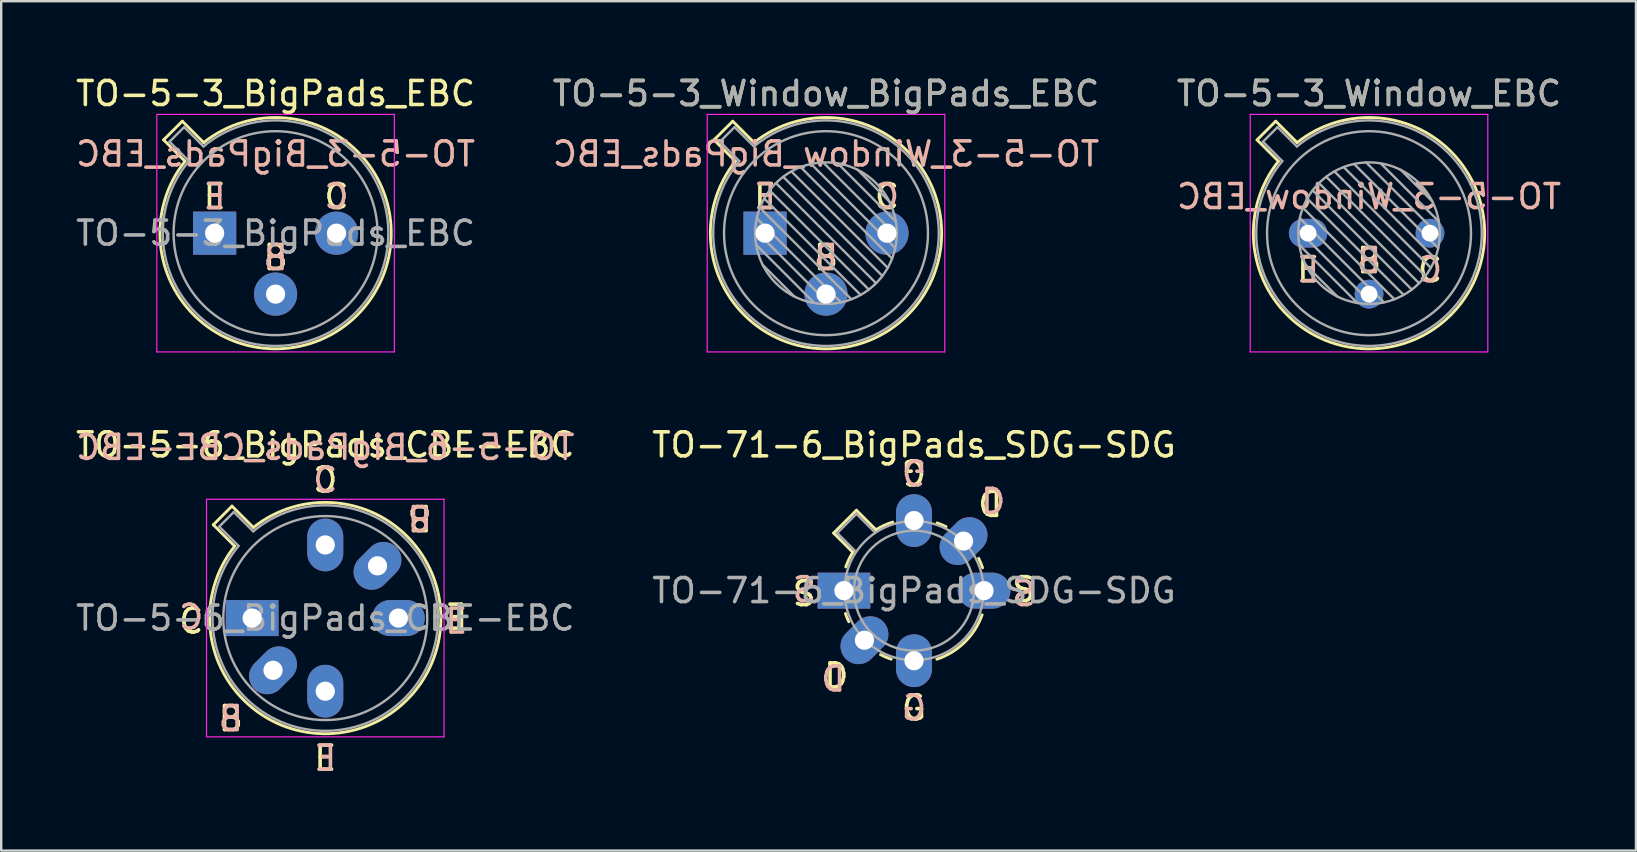
<source format=kicad_pcb>
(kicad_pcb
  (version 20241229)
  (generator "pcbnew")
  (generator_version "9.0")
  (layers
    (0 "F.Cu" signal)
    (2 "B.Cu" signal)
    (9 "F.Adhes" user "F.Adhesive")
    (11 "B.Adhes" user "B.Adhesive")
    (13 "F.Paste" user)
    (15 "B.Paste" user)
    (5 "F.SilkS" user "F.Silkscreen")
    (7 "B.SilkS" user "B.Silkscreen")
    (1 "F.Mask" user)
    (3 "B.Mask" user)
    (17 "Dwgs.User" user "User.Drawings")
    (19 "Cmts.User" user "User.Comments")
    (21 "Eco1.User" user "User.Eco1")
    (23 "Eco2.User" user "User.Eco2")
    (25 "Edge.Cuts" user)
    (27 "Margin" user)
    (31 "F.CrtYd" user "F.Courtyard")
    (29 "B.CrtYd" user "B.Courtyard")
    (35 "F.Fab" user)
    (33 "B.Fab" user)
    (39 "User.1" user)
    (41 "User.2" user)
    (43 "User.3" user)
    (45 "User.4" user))
  (footprint "TO-5-6_BigPads_CBE-EBC"
    (layer "F.Cu")
    (at 7.458 22.709)
    (property "Reference" "TO-5-6_BigPads_CBE-EBC" (at 3.048 -7.217 0) (layer "F.SilkS") (effects (font (size 1 1) (thickness 0.15))))
    (attr through_hole)
    (fp_line (start -1.618 -3.888) (end -0.727 -2.997) (stroke (width 0.12) (type solid)) (layer "F.SilkS"))
    (fp_line (start -0.84 -4.666) (end -1.618 -3.888) (stroke (width 0.12) (type solid)) (layer "F.SilkS"))
    (fp_line (start 0.051 -3.775) (end -0.84 -4.666) (stroke (width 0.12) (type solid)) (layer "F.SilkS"))
    (fp_arc (start 0.050916 -3.774902) (mid 6.456125 3.408384) (end -0.726674 -2.997371) (stroke (width 0.12) (type solid)) (layer "F.SilkS"))
    (fp_line (start -1.902 -4.95) (end -1.902 4.95) (stroke (width 0.05) (type solid)) (layer "F.CrtYd"))
    (fp_line (start -1.902 4.95) (end 7.998 4.95) (stroke (width 0.05) (type solid)) (layer "F.CrtYd"))
    (fp_line (start 7.998 -4.95) (end -1.902 -4.95) (stroke (width 0.05) (type solid)) (layer "F.CrtYd"))
    (fp_line (start 7.998 4.95) (end 7.998 -4.95) (stroke (width 0.05) (type solid)) (layer "F.CrtYd"))
    (fp_line (start -1.372 -3.812) (end -0.566 -3.005) (stroke (width 0.1) (type solid)) (layer "F.Fab"))
    (fp_line (start -0.764 -4.42) (end -1.372 -3.812) (stroke (width 0.1) (type solid)) (layer "F.Fab"))
    (fp_line (start 0.043 -3.614) (end -0.764 -4.42) (stroke (width 0.1) (type solid)) (layer "F.Fab"))
    (fp_arc (start 0.042592 -3.61352) (mid 6.371443 3.323361) (end -0.565594 -3.005319) (stroke (width 0.1) (type solid)) (layer "F.Fab"))
    (fp_circle (center 3.048 0) (end 7.298 0) (stroke (width 0.1) (type solid)) (fill no) (layer "F.Fab"))
    (fp_text user "E" (at 8.509 -0.127 180) (unlocked yes) (layer "F.SilkS") (effects (font (size 1 1) (thickness 0.15))))
    (fp_text user "E" (at 3.048 5.842 0) (unlocked yes) (layer "F.SilkS") (effects (font (size 1 1) (thickness 0.15))))
    (fp_text user "C" (at 3.048 -5.842 180) (unlocked yes) (layer "F.SilkS") (effects (font (size 1 1) (thickness 0.15))))
    (fp_text user "B" (at 6.985 -4.191 180) (unlocked yes) (layer "F.SilkS") (effects (font (size 1 1) (thickness 0.15))))
    (fp_text user "B" (at -0.889 4.191 0) (unlocked yes) (layer "F.SilkS") (effects (font (size 1 1) (thickness 0.15))))
    (fp_text user "C" (at -2.54 0.127 0) (unlocked yes) (layer "F.SilkS") (effects (font (size 1 1) (thickness 0.15))))
    (fp_text user "E" (at 8.509 0.127 0) (unlocked yes) (layer "B.SilkS") (effects (font (size 1 1) (thickness 0.15))))
    (fp_text user "E" (at 3.048 5.842 0) (unlocked yes) (layer "B.SilkS") (effects (font (size 1 1) (thickness 0.15)) (justify mirror)))
    (fp_text user "C" (at 3.048 -5.842 180) (unlocked yes) (layer "B.SilkS") (effects (font (size 1 1) (thickness 0.15)) (justify mirror)))
    (fp_text user "C" (at -2.54 -0.127 180) (unlocked yes) (layer "B.SilkS") (effects (font (size 1 1) (thickness 0.15))))
    (fp_text user "B" (at -0.889 4.191 0) (unlocked yes) (layer "B.SilkS") (effects (font (size 1 1) (thickness 0.15)) (justify mirror)))
    (fp_text user "${REFERENCE}" (at 3.048 -7.112 0) (layer "B.SilkS") (effects (font (size 1 1) (thickness 0.15)) (justify mirror)))
    (fp_text user "B" (at 6.985 -4.191 180) (unlocked yes) (layer "B.SilkS") (effects (font (size 1 1) (thickness 0.15)) (justify mirror)))
    (fp_text user "${REFERENCE}" (at 3.048 0 0) (layer "F.Fab") (effects (font (size 1 1) (thickness 0.15))))
    (pad "1" thru_hole rect (at 0 0) (size 2.2 1.5) (drill 0.8) (layers "*.Cu" "*.Mask"))
    (pad "2" thru_hole oval (at 0.871 2.177 45) (size 2.2 1.5) (drill 0.8) (layers "*.Cu" "*.Mask"))
    (pad "3" thru_hole oval (at 3.048 3.048) (size 1.5 2.2) (drill 0.8) (layers "*.Cu" "*.Mask"))
    (pad "4" thru_hole oval (at 6.096 0) (size 2.2 1.5) (drill 0.8) (layers "*.Cu" "*.Mask"))
    (pad "5" thru_hole oval (at 5.225 -2.177 45) (size 2.2 1.5) (drill 0.8) (layers "*.Cu" "*.Mask"))
    (pad "6" thru_hole oval (at 3.048 -3.048) (size 1.5 2.2) (drill 0.8) (layers "*.Cu" "*.Mask")))
  (footprint "TO-5-3_Window_BigPads_EBC"
    (layer "F.Cu")
    (at 28.835 6.668)
    (property "Reference" "TO-5-3_Window_BigPads_EBC" (at 2.54 -5.82 0) (layer "F.SilkS") (effects (font (size 1 1) (thickness 0.15))))
    (attr through_hole)
    (fp_line (start -2.126 -3.888) (end -1.235 -2.997) (stroke (width 0.12) (type solid)) (layer "F.SilkS"))
    (fp_line (start -1.348 -4.666) (end -2.126 -3.888) (stroke (width 0.12) (type solid)) (layer "F.SilkS"))
    (fp_line (start -0.457 -3.775) (end -1.348 -4.666) (stroke (width 0.12) (type solid)) (layer "F.SilkS"))
    (fp_arc (start -0.457084 -3.774902) (mid 5.948125 3.408384) (end -1.234674 -2.997371) (stroke (width 0.12) (type solid)) (layer "F.SilkS"))
    (fp_line (start -2.41 -4.95) (end -2.41 4.95) (stroke (width 0.05) (type solid)) (layer "F.CrtYd"))
    (fp_line (start -2.41 4.95) (end 7.49 4.95) (stroke (width 0.05) (type solid)) (layer "F.CrtYd"))
    (fp_line (start 7.49 -4.95) (end -2.41 -4.95) (stroke (width 0.05) (type solid)) (layer "F.CrtYd"))
    (fp_line (start 7.49 4.95) (end 7.49 -4.95) (stroke (width 0.05) (type solid)) (layer "F.CrtYd"))
    (fp_line (start -1.88 -3.812) (end -1.074 -3.005) (stroke (width 0.1) (type solid)) (layer "F.Fab"))
    (fp_line (start -1.272 -4.42) (end -1.88 -3.812) (stroke (width 0.1) (type solid)) (layer "F.Fab"))
    (fp_line (start -0.465 -3.614) (end -1.272 -4.42) (stroke (width 0.1) (type solid)) (layer "F.Fab"))
    (fp_line (start -0.408 -0.12) (end 2.66 2.948) (stroke (width 0.1) (type solid)) (layer "F.Fab"))
    (fp_line (start -0.371 0.485) (end 2.055 2.911) (stroke (width 0.1) (type solid)) (layer "F.Fab"))
    (fp_line (start -0.344 -0.622) (end 3.162 2.884) (stroke (width 0.1) (type solid)) (layer "F.Fab"))
    (fp_line (start -0.215 -1.058) (end 3.598 2.755) (stroke (width 0.1) (type solid)) (layer "F.Fab"))
    (fp_line (start -0.097 1.324) (end 1.216 2.637) (stroke (width 0.1) (type solid)) (layer "F.Fab"))
    (fp_line (start -0.034 -1.443) (end 3.983 2.574) (stroke (width 0.1) (type solid)) (layer "F.Fab"))
    (fp_line (start 0.19 -1.784) (end 4.324 2.35) (stroke (width 0.1) (type solid)) (layer "F.Fab"))
    (fp_line (start 0.454 -2.086) (end 4.626 2.086) (stroke (width 0.1) (type solid)) (layer "F.Fab"))
    (fp_line (start 0.756 -2.35) (end 4.89 1.784) (stroke (width 0.1) (type solid)) (layer "F.Fab"))
    (fp_line (start 1.097 -2.574) (end 5.114 1.443) (stroke (width 0.1) (type solid)) (layer "F.Fab"))
    (fp_line (start 1.482 -2.755) (end 5.295 1.058) (stroke (width 0.1) (type solid)) (layer "F.Fab"))
    (fp_line (start 1.918 -2.884) (end 5.424 0.622) (stroke (width 0.1) (type solid)) (layer "F.Fab"))
    (fp_line (start 2.42 -2.948) (end 5.488 0.12) (stroke (width 0.1) (type solid)) (layer "F.Fab"))
    (fp_line (start 3.025 -2.911) (end 5.451 -0.485) (stroke (width 0.1) (type solid)) (layer "F.Fab"))
    (fp_line (start 3.864 -2.637) (end 5.177 -1.324) (stroke (width 0.1) (type solid)) (layer "F.Fab"))
    (fp_arc (start -0.465408 -3.61352) (mid 5.863443 3.323361) (end -1.073594 -3.005319) (stroke (width 0.1) (type solid)) (layer "F.Fab"))
    (fp_circle (center 2.54 0) (end 5.49 0) (stroke (width 0.1) (type solid)) (fill no) (layer "F.Fab"))
    (fp_circle (center 2.54 0) (end 6.79 0) (stroke (width 0.1) (type solid)) (fill no) (layer "F.Fab"))
    (fp_text user "E" (at 0 -1.524 0) (unlocked yes) (layer "F.SilkS") (effects (font (size 1 1) (thickness 0.15))))
    (fp_text user "C" (at 5.08 -1.524 0) (unlocked yes) (layer "F.SilkS") (effects (font (size 1 1) (thickness 0.15))))
    (fp_text user "B" (at 2.54 1.016 0) (unlocked yes) (layer "F.SilkS") (effects (font (size 1 1) (thickness 0.15))))
    (fp_text user "${REFERENCE}" (at 2.54 -3.302 0) (layer "B.SilkS") (effects (font (size 1 1) (thickness 0.15)) (justify mirror)))
    (fp_text user "C" (at 5.08 -1.524 0) (unlocked yes) (layer "B.SilkS") (effects (font (size 1 1) (thickness 0.15)) (justify mirror)))
    (fp_text user "E" (at 0 -1.524 0) (unlocked yes) (layer "B.SilkS") (effects (font (size 1 1) (thickness 0.15)) (justify mirror)))
    (fp_text user "B" (at 2.54 1.016 0) (unlocked yes) (layer "B.SilkS") (effects (font (size 1 1) (thickness 0.15)) (justify mirror)))
    (fp_text user "${REFERENCE}" (at 2.54 -5.82 0) (layer "F.Fab") (effects (font (size 1 1) (thickness 0.15))))
    (pad "1" thru_hole rect (at 0 0) (size 1.8 1.8) (drill 0.8) (layers "*.Cu" "*.Mask"))
    (pad "2" thru_hole oval (at 2.54 2.54) (size 1.8 1.8) (drill 0.8) (layers "*.Cu" "*.Mask"))
    (pad "3" thru_hole oval (at 5.08 0) (size 1.8 1.8) (drill 0.8) (layers "*.Cu" "*.Mask")))
  (footprint "TO-71-6_BigPads_SDG-SDG"
    (layer "F.Cu")
    (at 32.122 21.566)
    (property "Reference" "TO-71-6_BigPads_SDG-SDG" (at 2.92 -6.074 0) (layer "F.SilkS") (effects (font (size 1 1) (thickness 0.15))))
    (attr through_hole)
    (fp_line (start -0.429 -2.4) (end 0.371 -1.6) (stroke (width 0.12) (type default)) (layer "F.SilkS"))
    (fp_line (start 0.521 -3.35) (end -0.429 -2.4) (stroke (width 0.12) (type default)) (layer "F.SilkS"))
    (fp_line (start 1.321 -2.55) (end 0.521 -3.35) (stroke (width 0.12) (type default)) (layer "F.SilkS"))
    (fp_arc (start 0.07769 -0.988978) (mid 0.207095 -1.30277) (end 0.371002 -1.6) (stroke (width 0.12) (type default)) (layer "F.SilkS"))
    (fp_arc (start 0.201522 1.29499) (mid 0.127255 1.125863) (end 0.0635 0.9525) (stroke (width 0.12) (type default)) (layer "F.SilkS"))
    (fp_arc (start 1.330462 -2.534919) (mid 1.670783 -2.718931) (end 2.032 -2.8575) (stroke (width 0.12) (type default)) (layer "F.SilkS"))
    (fp_arc (start 1.968924 2.856229) (mid 1.742659 2.770556) (end 1.524 2.667) (stroke (width 0.12) (type default)) (layer "F.SilkS"))
    (fp_arc (start 3.883148 -2.8223) (mid 4.071449 -2.750926) (end 4.2545 -2.666999) (stroke (width 0.12) (type default)) (layer "F.SilkS"))
    (fp_arc (start 5.615076 -1.347038) (mid 5.703786 -1.152668) (end 5.7785 -0.9525) (stroke (width 0.12) (type default)) (layer "F.SilkS"))
    (fp_arc (start 5.759016 1.009072) (mid 5.029595 2.150904) (end 3.8735 2.8575) (stroke (width 0.12) (type default)) (layer "F.SilkS"))
    (fp_line (start -0.279 -2.4) (end 0.496 -1.625) (stroke (width 0.1) (type default)) (layer "F.Fab"))
    (fp_line (start -0.279 -2.4) (end 0.521 -3.2) (stroke (width 0.1) (type default)) (layer "F.Fab"))
    (fp_line (start 0.521 -3.2) (end 1.296 -2.425) (stroke (width 0.1) (type default)) (layer "F.Fab"))
    (fp_circle (center 2.921 0) (end 5.421 0) (stroke (width 0.1) (type default)) (fill no) (layer "F.Fab"))
    (fp_circle (center 2.921 0) (end 5.821 0) (stroke (width 0.1) (type default)) (fill no) (layer "F.Fab"))
    (fp_text user "S" (at -1.651 0.127 0) (unlocked yes) (layer "F.SilkS") (effects (font (size 1 1) (thickness 0.15))))
    (fp_text user "G" (at 2.921 4.889 0) (unlocked yes) (layer "F.SilkS") (effects (font (size 1 1) (thickness 0.15))))
    (fp_text user "S" (at 7.493 -0.127 180) (unlocked yes) (layer "F.SilkS") (effects (font (size 1 1) (thickness 0.15))))
    (fp_text user "D" (at 6.096 -3.683 180) (unlocked yes) (layer "F.SilkS") (effects (font (size 1 1) (thickness 0.15))))
    (fp_text user "D" (at -0.318 3.556 0) (unlocked yes) (layer "F.SilkS") (effects (font (size 1 1) (thickness 0.15))))
    (fp_text user "G" (at 2.921 -4.953 180) (unlocked yes) (layer "F.SilkS") (effects (font (size 1 1) (thickness 0.15))))
    (fp_text user "G" (at 2.921 -4.953 180) (unlocked yes) (layer "B.SilkS") (effects (font (size 1 1) (thickness 0.15)) (justify mirror)))
    (fp_text user "D" (at -0.445 3.683 0) (unlocked yes) (layer "B.SilkS") (effects (font (size 1 1) (thickness 0.15)) (justify mirror)))
    (fp_text user "S" (at 7.493 0.127 0) (unlocked yes) (layer "B.SilkS") (effects (font (size 1 1) (thickness 0.15)) (justify mirror)))
    (fp_text user "D" (at 6.223 -3.81 180) (unlocked yes) (layer "B.SilkS") (effects (font (size 1 1) (thickness 0.15)) (justify mirror)))
    (fp_text user "G" (at 2.921 4.889 0) (unlocked yes) (layer "B.SilkS") (effects (font (size 1 1) (thickness 0.15)) (justify mirror)))
    (fp_text user "S" (at -1.651 -0.127 180) (unlocked yes) (layer "B.SilkS") (effects (font (size 1 1) (thickness 0.15)) (justify mirror)))
    (fp_text user "${REFERENCE}" (at 2.92 0 0) (layer "F.Fab") (effects (font (size 1 1) (thickness 0.15))))
    (pad "1" thru_hole rect (at 0 0) (size 2.2 1.5) (drill 0.8) (layers "*.Cu" "*.Mask"))
    (pad "2" thru_hole oval (at 0.855 2.065 45) (size 2.2 1.5) (drill 0.8) (layers "*.Cu" "*.Mask"))
    (pad "3" thru_hole oval (at 2.92 2.92) (size 1.5 2.2) (drill 0.8) (layers "*.Cu" "*.Mask"))
    (pad "5" thru_hole oval (at 5.84 0) (size 2.2 1.5) (drill 0.8) (layers "*.Cu" "*.Mask"))
    (pad "6" thru_hole oval (at 4.985 -2.065 45) (size 2.2 1.5) (drill 0.8) (layers "*.Cu" "*.Mask"))
    (pad "7" thru_hole oval (at 2.92 -2.92) (size 1.5 2.2) (drill 0.8) (layers "*.Cu" "*.Mask")))
  (footprint "TO-5-3_Window_EBC"
    (layer "F.Cu")
    (at 51.466 6.668)
    (property "Reference" "TO-5-3_Window_EBC" (at 2.54 -5.82 0) (layer "F.SilkS") (effects (font (size 1 1) (thickness 0.15))))
    (fp_line (start -2.126 -3.888) (end -1.235 -2.997) (stroke (width 0.12) (type solid)) (layer "F.SilkS"))
    (fp_line (start -1.348 -4.666) (end -2.126 -3.888) (stroke (width 0.12) (type solid)) (layer "F.SilkS"))
    (fp_line (start -0.457 -3.775) (end -1.348 -4.666) (stroke (width 0.12) (type solid)) (layer "F.SilkS"))
    (fp_arc (start -0.457084 -3.774902) (mid 5.948125 3.408384) (end -1.234674 -2.997371) (stroke (width 0.12) (type solid)) (layer "F.SilkS"))
    (fp_line (start -2.41 -4.95) (end -2.41 4.95) (stroke (width 0.05) (type solid)) (layer "F.CrtYd"))
    (fp_line (start -2.41 4.95) (end 7.49 4.95) (stroke (width 0.05) (type solid)) (layer "F.CrtYd"))
    (fp_line (start 7.49 -4.95) (end -2.41 -4.95) (stroke (width 0.05) (type solid)) (layer "F.CrtYd"))
    (fp_line (start 7.49 4.95) (end 7.49 -4.95) (stroke (width 0.05) (type solid)) (layer "F.CrtYd"))
    (fp_line (start -1.88 -3.812) (end -1.074 -3.005) (stroke (width 0.1) (type solid)) (layer "F.Fab"))
    (fp_line (start -1.272 -4.42) (end -1.88 -3.812) (stroke (width 0.1) (type solid)) (layer "F.Fab"))
    (fp_line (start -0.465 -3.614) (end -1.272 -4.42) (stroke (width 0.1) (type solid)) (layer "F.Fab"))
    (fp_line (start -0.408 -0.12) (end 2.66 2.948) (stroke (width 0.1) (type solid)) (layer "F.Fab"))
    (fp_line (start -0.371 0.485) (end 2.055 2.911) (stroke (width 0.1) (type solid)) (layer "F.Fab"))
    (fp_line (start -0.344 -0.622) (end 3.162 2.884) (stroke (width 0.1) (type solid)) (layer "F.Fab"))
    (fp_line (start -0.215 -1.058) (end 3.598 2.755) (stroke (width 0.1) (type solid)) (layer "F.Fab"))
    (fp_line (start -0.097 1.324) (end 1.216 2.637) (stroke (width 0.1) (type solid)) (layer "F.Fab"))
    (fp_line (start -0.034 -1.443) (end 3.983 2.574) (stroke (width 0.1) (type solid)) (layer "F.Fab"))
    (fp_line (start 0.19 -1.784) (end 4.324 2.35) (stroke (width 0.1) (type solid)) (layer "F.Fab"))
    (fp_line (start 0.454 -2.086) (end 4.626 2.086) (stroke (width 0.1) (type solid)) (layer "F.Fab"))
    (fp_line (start 0.756 -2.35) (end 4.89 1.784) (stroke (width 0.1) (type solid)) (layer "F.Fab"))
    (fp_line (start 1.097 -2.574) (end 5.114 1.443) (stroke (width 0.1) (type solid)) (layer "F.Fab"))
    (fp_line (start 1.482 -2.755) (end 5.295 1.058) (stroke (width 0.1) (type solid)) (layer "F.Fab"))
    (fp_line (start 1.918 -2.884) (end 5.424 0.622) (stroke (width 0.1) (type solid)) (layer "F.Fab"))
    (fp_line (start 2.42 -2.948) (end 5.488 0.12) (stroke (width 0.1) (type solid)) (layer "F.Fab"))
    (fp_line (start 3.025 -2.911) (end 5.451 -0.485) (stroke (width 0.1) (type solid)) (layer "F.Fab"))
    (fp_line (start 3.864 -2.637) (end 5.177 -1.324) (stroke (width 0.1) (type solid)) (layer "F.Fab"))
    (fp_arc (start -0.465408 -3.61352) (mid 5.863443 3.323361) (end -1.073594 -3.005319) (stroke (width 0.1) (type solid)) (layer "F.Fab"))
    (fp_circle (center 2.54 0) (end 5.49 0) (stroke (width 0.1) (type solid)) (fill no) (layer "F.Fab"))
    (fp_circle (center 2.54 0) (end 6.79 0) (stroke (width 0.1) (type solid)) (fill no) (layer "F.Fab"))
    (fp_text user "C" (at 5.08 1.524 0) (unlocked yes) (layer "F.SilkS") (effects (font (size 1 1) (thickness 0.15))))
    (fp_text user "B" (at 2.54 1.143 0) (unlocked yes) (layer "F.SilkS") (effects (font (size 1 1) (thickness 0.15))))
    (fp_text user "E" (at 0 1.524 0) (unlocked yes) (layer "F.SilkS") (effects (font (size 1 1) (thickness 0.15))))
    (fp_text user "E" (at 0 1.524 0) (unlocked yes) (layer "B.SilkS") (effects (font (size 1 1) (thickness 0.15)) (justify mirror)))
    (fp_text user "C" (at 5.08 1.524 0) (unlocked yes) (layer "B.SilkS") (effects (font (size 1 1) (thickness 0.15)) (justify mirror)))
    (fp_text user "B" (at 2.54 1.143 0) (unlocked yes) (layer "B.SilkS") (effects (font (size 1 1) (thickness 0.15)) (justify mirror)))
    (fp_text user "${REFERENCE}" (at 2.54 -1.524 0) (layer "B.SilkS") (effects (font (size 1 1) (thickness 0.15)) (justify mirror)))
    (fp_text user "${REFERENCE}" (at 2.54 -5.82 0) (layer "F.Fab") (effects (font (size 1 1) (thickness 0.15))))
    (pad "1" thru_hole oval (at 0 0) (size 1.6 1.2) (drill 0.7) (layers "*.Cu" "*.Mask"))
    (pad "2" thru_hole oval (at 2.54 2.54) (size 1.2 1.2) (drill 0.7) (layers "*.Cu" "*.Mask"))
    (pad "3" thru_hole oval (at 5.08 0) (size 1.2 1.2) (drill 0.7) (layers "*.Cu" "*.Mask")))
  (footprint "TO-5-3_BigPads_EBC"
    (layer "F.Cu")
    (at 5.895 6.668)
    (property "Reference" "TO-5-3_BigPads_EBC" (at 2.54 -5.82 0) (layer "F.SilkS") (effects (font (size 1 1) (thickness 0.15))))
    (attr through_hole)
    (fp_line (start -2.126 -3.888) (end -1.235 -2.997) (stroke (width 0.12) (type solid)) (layer "F.SilkS"))
    (fp_line (start -1.348 -4.666) (end -2.126 -3.888) (stroke (width 0.12) (type solid)) (layer "F.SilkS"))
    (fp_line (start -0.457 -3.775) (end -1.348 -4.666) (stroke (width 0.12) (type solid)) (layer "F.SilkS"))
    (fp_arc (start -0.457084 -3.774902) (mid 5.948125 3.408384) (end -1.234674 -2.997371) (stroke (width 0.12) (type solid)) (layer "F.SilkS"))
    (fp_line (start -2.41 -4.95) (end -2.41 4.95) (stroke (width 0.05) (type solid)) (layer "F.CrtYd"))
    (fp_line (start -2.41 4.95) (end 7.49 4.95) (stroke (width 0.05) (type solid)) (layer "F.CrtYd"))
    (fp_line (start 7.49 -4.95) (end -2.41 -4.95) (stroke (width 0.05) (type solid)) (layer "F.CrtYd"))
    (fp_line (start 7.49 4.95) (end 7.49 -4.95) (stroke (width 0.05) (type solid)) (layer "F.CrtYd"))
    (fp_line (start -1.88 -3.812) (end -1.074 -3.005) (stroke (width 0.1) (type solid)) (layer "F.Fab"))
    (fp_line (start -1.272 -4.42) (end -1.88 -3.812) (stroke (width 0.1) (type solid)) (layer "F.Fab"))
    (fp_line (start -0.465 -3.614) (end -1.272 -4.42) (stroke (width 0.1) (type solid)) (layer "F.Fab"))
    (fp_arc (start -0.465408 -3.61352) (mid 5.863443 3.323361) (end -1.073594 -3.005319) (stroke (width 0.1) (type solid)) (layer "F.Fab"))
    (fp_circle (center 2.54 0) (end 6.79 0) (stroke (width 0.1) (type solid)) (fill no) (layer "F.Fab"))
    (fp_text user "C" (at 5.08 -1.524 0) (unlocked yes) (layer "F.SilkS") (effects (font (size 1 1) (thickness 0.15))))
    (fp_text user "E" (at 0 -1.524 0) (unlocked yes) (layer "F.SilkS") (effects (font (size 1 1) (thickness 0.15))))
    (fp_text user "B" (at 2.54 1.016 0) (unlocked yes) (layer "F.SilkS") (effects (font (size 1 1) (thickness 0.15))))
    (fp_text user "B" (at 2.54 1.016 0) (unlocked yes) (layer "B.SilkS") (effects (font (size 1 1) (thickness 0.15)) (justify mirror)))
    (fp_text user "C" (at 5.08 -1.524 0) (unlocked yes) (layer "B.SilkS") (effects (font (size 1 1) (thickness 0.15)) (justify mirror)))
    (fp_text user "${REFERENCE}" (at 2.54 -3.302 0) (layer "B.SilkS") (effects (font (size 1 1) (thickness 0.15)) (justify mirror)))
    (fp_text user "E" (at 0 -1.524 0) (unlocked yes) (layer "B.SilkS") (effects (font (size 1 1) (thickness 0.15)) (justify mirror)))
    (fp_text user "${REFERENCE}" (at 2.54 0 0) (layer "F.Fab") (effects (font (size 1 1) (thickness 0.15))))
    (pad "1" thru_hole rect (at 0 0) (size 1.8 1.8) (drill 0.8) (layers "*.Cu" "*.Mask"))
    (pad "2" thru_hole oval (at 2.54 2.54) (size 1.8 1.8) (drill 0.8) (layers "*.Cu" "*.Mask"))
    (pad "3" thru_hole oval (at 5.08 0) (size 1.8 1.8) (drill 0.8) (layers "*.Cu" "*.Mask")))
  (gr_rect
    (start -3 -3)
    (end 65.131 32.399)
    (stroke (width 0.1) (type default))
    (fill no)
    (layer "Edge.Cuts")))
</source>
